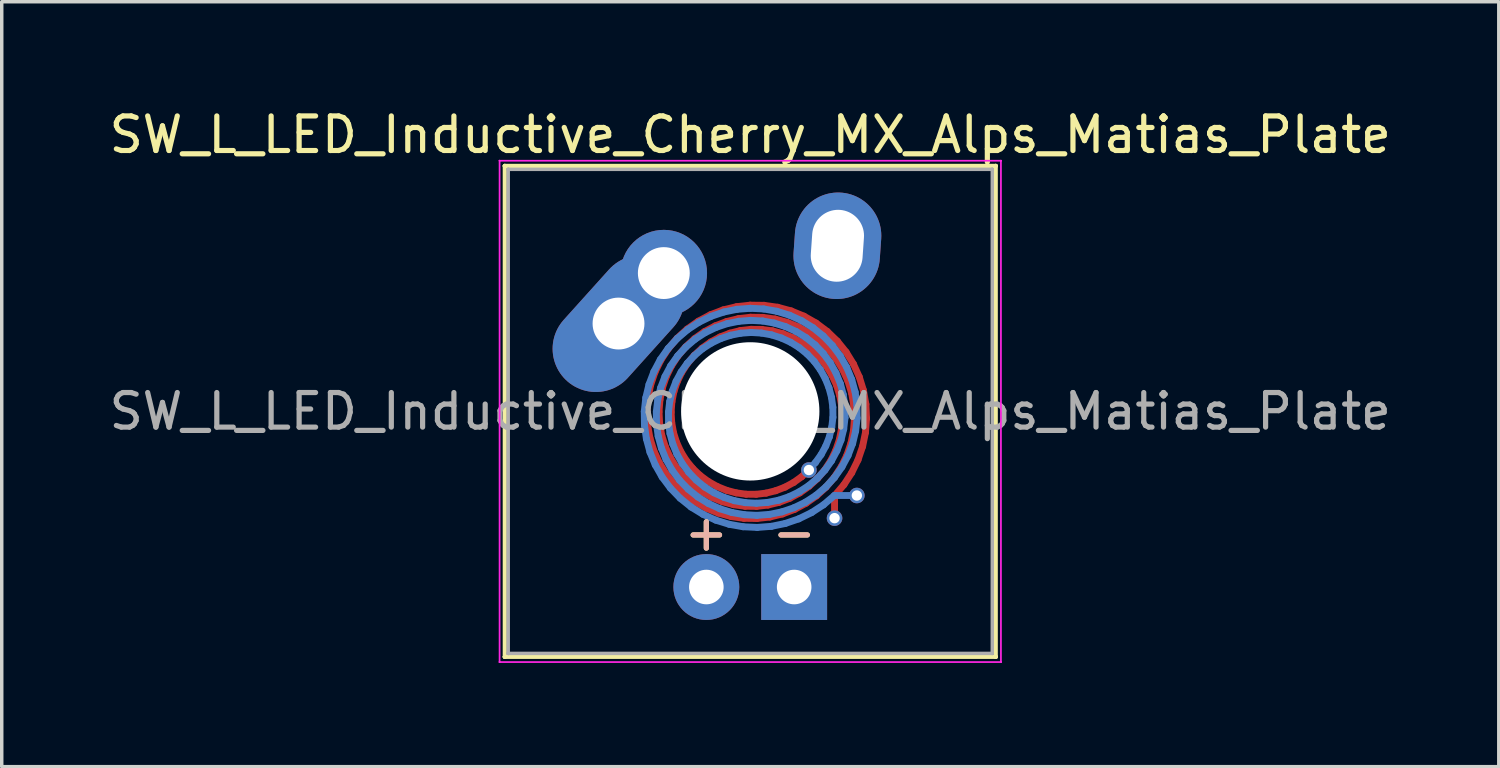
<source format=kicad_pcb>
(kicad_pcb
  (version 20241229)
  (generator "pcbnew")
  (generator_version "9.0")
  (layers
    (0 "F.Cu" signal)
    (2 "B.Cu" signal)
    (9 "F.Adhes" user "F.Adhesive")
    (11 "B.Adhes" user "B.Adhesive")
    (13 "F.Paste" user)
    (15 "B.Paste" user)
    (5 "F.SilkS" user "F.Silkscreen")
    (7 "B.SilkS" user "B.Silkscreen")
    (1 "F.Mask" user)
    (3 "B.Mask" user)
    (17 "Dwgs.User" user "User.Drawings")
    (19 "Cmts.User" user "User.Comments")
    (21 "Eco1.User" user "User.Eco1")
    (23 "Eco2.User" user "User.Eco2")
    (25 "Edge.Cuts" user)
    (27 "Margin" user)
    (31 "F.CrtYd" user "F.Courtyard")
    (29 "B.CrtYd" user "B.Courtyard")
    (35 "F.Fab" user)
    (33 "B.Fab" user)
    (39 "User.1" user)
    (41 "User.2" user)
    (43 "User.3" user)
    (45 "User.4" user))
  (footprint "SW_L_LED_Inductive_Cherry_MX_Alps_Matias_Plate"
    (layer "F.Cu")
    (at 18.649 8.848)
    (property "Reference" "SW_L_LED_Inductive_Cherry_MX_Alps_Matias_Plate" (at 0 -8 0) (layer "F.SilkS") (effects (font (size 1 1) (thickness 0.15))))
    (attr through_hole)
    (fp_line (start -2.988 0.003) (end -2.959 -0.384) (stroke (width 0.2) (type solid)) (layer "F.Cu"))
    (fp_line (start -2.969 0.39) (end -2.988 0.003) (stroke (width 0.2) (type solid)) (layer "F.Cu"))
    (fp_line (start -2.959 -0.384) (end -2.881 -0.766) (stroke (width 0.2) (type solid)) (layer "F.Cu"))
    (fp_line (start -2.902 0.771) (end -2.969 0.39) (stroke (width 0.2) (type solid)) (layer "F.Cu"))
    (fp_line (start -2.881 -0.766) (end -2.755 -1.136) (stroke (width 0.2) (type solid)) (layer "F.Cu"))
    (fp_line (start -2.788 1.14) (end -2.902 0.771) (stroke (width 0.2) (type solid)) (layer "F.Cu"))
    (fp_line (start -2.755 -1.136) (end -2.584 -1.487) (stroke (width 0.2) (type solid)) (layer "F.Cu"))
    (fp_line (start -2.639 0.014) (end -2.613 -0.33) (stroke (width 0.2) (type solid)) (layer "F.Cu"))
    (fp_line (start -2.628 1.49) (end -2.788 1.14) (stroke (width 0.2) (type solid)) (layer "F.Cu"))
    (fp_line (start -2.621 0.357) (end -2.639 0.014) (stroke (width 0.2) (type solid)) (layer "F.Cu"))
    (fp_line (start -2.613 -0.33) (end -2.545 -0.668) (stroke (width 0.2) (type solid)) (layer "F.Cu"))
    (fp_line (start -2.584 -1.487) (end -2.369 -1.815) (stroke (width 0.2) (type solid)) (layer "F.Cu"))
    (fp_line (start -2.56 0.695) (end -2.621 0.357) (stroke (width 0.2) (type solid)) (layer "F.Cu"))
    (fp_line (start -2.545 -0.668) (end -2.434 -0.997) (stroke (width 0.2) (type solid)) (layer "F.Cu"))
    (fp_line (start -2.458 1.021) (end -2.56 0.695) (stroke (width 0.2) (type solid)) (layer "F.Cu"))
    (fp_line (start -2.434 -0.997) (end -2.283 -1.309) (stroke (width 0.2) (type solid)) (layer "F.Cu"))
    (fp_line (start -2.427 1.817) (end -2.628 1.49) (stroke (width 0.2) (type solid)) (layer "F.Cu"))
    (fp_line (start -2.369 -1.815) (end -2.115 -2.115) (stroke (width 0.2) (type solid)) (layer "F.Cu"))
    (fp_line (start -2.316 1.331) (end -2.458 1.021) (stroke (width 0.2) (type solid)) (layer "F.Cu"))
    (fp_line (start -2.289 0.025) (end -2.267 -0.275) (stroke (width 0.2) (type solid)) (layer "F.Cu"))
    (fp_line (start -2.283 -1.309) (end -2.093 -1.601) (stroke (width 0.2) (type solid)) (layer "F.Cu"))
    (fp_line (start -2.272 0.324) (end -2.289 0.025) (stroke (width 0.2) (type solid)) (layer "F.Cu"))
    (fp_line (start -2.267 -0.275) (end -2.209 -0.571) (stroke (width 0.2) (type solid)) (layer "F.Cu"))
    (fp_line (start -2.219 0.618) (end -2.272 0.324) (stroke (width 0.2) (type solid)) (layer "F.Cu"))
    (fp_line (start -2.209 -0.571) (end -2.113 -0.858) (stroke (width 0.2) (type solid)) (layer "F.Cu"))
    (fp_line (start -2.186 2.116) (end -2.427 1.817) (stroke (width 0.2) (type solid)) (layer "F.Cu"))
    (fp_line (start -2.137 1.62) (end -2.316 1.331) (stroke (width 0.2) (type solid)) (layer "F.Cu"))
    (fp_line (start -2.129 0.902) (end -2.219 0.618) (stroke (width 0.2) (type solid)) (layer "F.Cu"))
    (fp_line (start -2.115 -2.115) (end -1.824 -2.38) (stroke (width 0.2) (type solid)) (layer "F.Cu"))
    (fp_line (start -2.113 -0.858) (end -1.981 -1.131) (stroke (width 0.2) (type solid)) (layer "F.Cu"))
    (fp_line (start -2.093 -1.601) (end -1.867 -1.867) (stroke (width 0.2) (type solid)) (layer "F.Cu"))
    (fp_line (start -2.005 1.172) (end -2.129 0.902) (stroke (width 0.2) (type solid)) (layer "F.Cu"))
    (fp_line (start -1.981 -1.131) (end -1.816 -1.386) (stroke (width 0.2) (type solid)) (layer "F.Cu"))
    (fp_line (start -1.924 1.884) (end -2.137 1.62) (stroke (width 0.2) (type solid)) (layer "F.Cu"))
    (fp_line (start -1.911 2.381) (end -2.186 2.116) (stroke (width 0.2) (type solid)) (layer "F.Cu"))
    (fp_line (start -1.867 -1.867) (end -1.609 -2.104) (stroke (width 0.2) (type solid)) (layer "F.Cu"))
    (fp_line (start -1.848 1.424) (end -2.005 1.172) (stroke (width 0.2) (type solid)) (layer "F.Cu"))
    (fp_line (start -1.824 -2.38) (end -1.501 -2.608) (stroke (width 0.2) (type solid)) (layer "F.Cu"))
    (fp_line (start -1.816 -1.386) (end -1.62 -1.62) (stroke (width 0.2) (type solid)) (layer "F.Cu"))
    (fp_line (start -1.68 2.119) (end -1.924 1.884) (stroke (width 0.2) (type solid)) (layer "F.Cu"))
    (fp_line (start -1.661 1.653) (end -1.848 1.424) (stroke (width 0.2) (type solid)) (layer "F.Cu"))
    (fp_line (start -1.62 -1.62) (end -1.395 -1.827) (stroke (width 0.2) (type solid)) (layer "F.Cu"))
    (fp_line (start -1.609 -2.104) (end -1.323 -2.307) (stroke (width 0.2) (type solid)) (layer "F.Cu"))
    (fp_line (start -1.605 2.609) (end -1.911 2.381) (stroke (width 0.2) (type solid)) (layer "F.Cu"))
    (fp_line (start -1.501 -2.608) (end -1.152 -2.794) (stroke (width 0.2) (type solid)) (layer "F.Cu"))
    (fp_line (start -1.448 1.856) (end -1.661 1.653) (stroke (width 0.2) (type solid)) (layer "F.Cu"))
    (fp_line (start -1.409 2.32) (end -1.68 2.119) (stroke (width 0.2) (type solid)) (layer "F.Cu"))
    (fp_line (start -1.395 -1.827) (end -1.145 -2.005) (stroke (width 0.2) (type solid)) (layer "F.Cu"))
    (fp_line (start -1.323 -2.307) (end -1.013 -2.472) (stroke (width 0.2) (type solid)) (layer "F.Cu"))
    (fp_line (start -1.274 2.797) (end -1.605 2.609) (stroke (width 0.2) (type solid)) (layer "F.Cu"))
    (fp_line (start -1.212 2.03) (end -1.448 1.856) (stroke (width 0.2) (type solid)) (layer "F.Cu"))
    (fp_line (start -1.152 -2.794) (end -0.782 -2.935) (stroke (width 0.2) (type solid)) (layer "F.Cu"))
    (fp_line (start -1.145 -2.005) (end -0.874 -2.151) (stroke (width 0.2) (type solid)) (layer "F.Cu"))
    (fp_line (start -1.115 2.485) (end -1.409 2.32) (stroke (width 0.2) (type solid)) (layer "F.Cu"))
    (fp_line (start -1.013 -2.472) (end -0.684 -2.598) (stroke (width 0.2) (type solid)) (layer "F.Cu"))
    (fp_line (start -0.956 2.173) (end -1.212 2.03) (stroke (width 0.2) (type solid)) (layer "F.Cu"))
    (fp_line (start -0.923 2.941) (end -1.274 2.797) (stroke (width 0.2) (type solid)) (layer "F.Cu"))
    (fp_line (start -0.874 -2.151) (end -0.586 -2.262) (stroke (width 0.2) (type solid)) (layer "F.Cu"))
    (fp_line (start -0.804 2.612) (end -1.115 2.485) (stroke (width 0.2) (type solid)) (layer "F.Cu"))
    (fp_line (start -0.782 -2.935) (end -0.395 -3.028) (stroke (width 0.2) (type solid)) (layer "F.Cu"))
    (fp_line (start -0.686 2.283) (end -0.956 2.173) (stroke (width 0.2) (type solid)) (layer "F.Cu"))
    (fp_line (start -0.684 -2.598) (end -0.341 -2.682) (stroke (width 0.2) (type solid)) (layer "F.Cu"))
    (fp_line (start -0.586 -2.262) (end -0.286 -2.337) (stroke (width 0.2) (type solid)) (layer "F.Cu"))
    (fp_line (start -0.557 3.04) (end -0.923 2.941) (stroke (width 0.2) (type solid)) (layer "F.Cu"))
    (fp_line (start -0.481 2.699) (end -0.804 2.612) (stroke (width 0.2) (type solid)) (layer "F.Cu"))
    (fp_line (start -0.405 2.357) (end -0.686 2.283) (stroke (width 0.2) (type solid)) (layer "F.Cu"))
    (fp_line (start -0.395 -3.028) (end 0.000302 -3.072) (stroke (width 0.2) (type solid)) (layer "F.Cu"))
    (fp_line (start -0.341 -2.682) (end 0.011 -2.723) (stroke (width 0.2) (type solid)) (layer "F.Cu"))
    (fp_line (start -0.286 -2.337) (end 0.022 -2.373) (stroke (width 0.2) (type solid)) (layer "F.Cu"))
    (fp_line (start -0.183 3.093) (end -0.557 3.04) (stroke (width 0.2) (type solid)) (layer "F.Cu"))
    (fp_line (start -0.15 2.744) (end -0.481 2.699) (stroke (width 0.2) (type solid)) (layer "F.Cu"))
    (fp_line (start -0.117 2.396) (end -0.405 2.357) (stroke (width 0.2) (type solid)) (layer "F.Cu"))
    (fp_line (start 0.000302 -3.072) (end 0.399 -3.067) (stroke (width 0.2) (type solid)) (layer "F.Cu"))
    (fp_line (start 0.011 -2.723) (end 0.366 -2.718) (stroke (width 0.2) (type solid)) (layer "F.Cu"))
    (fp_line (start 0.022 -2.373) (end 0.333 -2.37) (stroke (width 0.2) (type solid)) (layer "F.Cu"))
    (fp_line (start 0.172 2.398) (end -0.117 2.396) (stroke (width 0.2) (type solid)) (layer "F.Cu"))
    (fp_line (start 0.183 2.748) (end -0.15 2.744) (stroke (width 0.2) (type solid)) (layer "F.Cu"))
    (fp_line (start 0.194 3.098) (end -0.183 3.093) (stroke (width 0.2) (type solid)) (layer "F.Cu"))
    (fp_line (start 0.333 -2.37) (end 0.643 -2.328) (stroke (width 0.2) (type solid)) (layer "F.Cu"))
    (fp_line (start 0.366 -2.718) (end 0.719 -2.67) (stroke (width 0.2) (type solid)) (layer "F.Cu"))
    (fp_line (start 0.399 -3.067) (end 0.795 -3.011) (stroke (width 0.2) (type solid)) (layer "F.Cu"))
    (fp_line (start 0.459 2.364) (end 0.172 2.398) (stroke (width 0.2) (type solid)) (layer "F.Cu"))
    (fp_line (start 0.513 2.709) (end 0.183 2.748) (stroke (width 0.2) (type solid)) (layer "F.Cu"))
    (fp_line (start 0.568 3.055) (end 0.194 3.098) (stroke (width 0.2) (type solid)) (layer "F.Cu"))
    (fp_line (start 0.643 -2.328) (end 0.945 -2.247) (stroke (width 0.2) (type solid)) (layer "F.Cu"))
    (fp_line (start 0.719 -2.67) (end 1.064 -2.577) (stroke (width 0.2) (type solid)) (layer "F.Cu"))
    (fp_line (start 0.737 2.294) (end 0.459 2.364) (stroke (width 0.2) (type solid)) (layer "F.Cu"))
    (fp_line (start 0.795 -3.011) (end 1.182 -2.906) (stroke (width 0.2) (type solid)) (layer "F.Cu"))
    (fp_line (start 0.835 2.63) (end 0.513 2.709) (stroke (width 0.2) (type solid)) (layer "F.Cu"))
    (fp_line (start 0.933 2.966) (end 0.568 3.055) (stroke (width 0.2) (type solid)) (layer "F.Cu"))
    (fp_line (start 0.945 -2.247) (end 1.236 -2.129) (stroke (width 0.2) (type solid)) (layer "F.Cu"))
    (fp_line (start 1.005 2.191) (end 0.737 2.294) (stroke (width 0.2) (type solid)) (layer "F.Cu"))
    (fp_line (start 1.064 -2.577) (end 1.395 -2.441) (stroke (width 0.2) (type solid)) (layer "F.Cu"))
    (fp_line (start 1.144 2.512) (end 0.835 2.63) (stroke (width 0.2) (type solid)) (layer "F.Cu"))
    (fp_line (start 1.182 -2.906) (end 1.554 -2.753) (stroke (width 0.2) (type solid)) (layer "F.Cu"))
    (fp_line (start 1.236 -2.129) (end 1.51 -1.975) (stroke (width 0.2) (type solid)) (layer "F.Cu"))
    (fp_line (start 1.256 2.055) (end 1.005 2.191) (stroke (width 0.2) (type solid)) (layer "F.Cu"))
    (fp_line (start 1.283 2.833) (end 0.933 2.966) (stroke (width 0.2) (type solid)) (layer "F.Cu"))
    (fp_line (start 1.395 -2.441) (end 1.707 -2.265) (stroke (width 0.2) (type solid)) (layer "F.Cu"))
    (fp_line (start 1.434 2.356) (end 1.144 2.512) (stroke (width 0.2) (type solid)) (layer "F.Cu"))
    (fp_line (start 1.488 1.889) (end 1.256 2.055) (stroke (width 0.2) (type solid)) (layer "F.Cu"))
    (fp_line (start 1.51 -1.975) (end 1.764 -1.787) (stroke (width 0.2) (type solid)) (layer "F.Cu"))
    (fp_line (start 1.554 -2.753) (end 1.904 -2.554) (stroke (width 0.2) (type solid)) (layer "F.Cu"))
    (fp_line (start 1.612 2.657) (end 1.283 2.833) (stroke (width 0.2) (type solid)) (layer "F.Cu"))
    (fp_line (start 1.696 1.696) (end 1.488 1.889) (stroke (width 0.2) (type solid)) (layer "F.Cu"))
    (fp_line (start 1.702 2.165) (end 1.434 2.356) (stroke (width 0.2) (type solid)) (layer "F.Cu"))
    (fp_line (start 1.707 -2.265) (end 1.995 -2.05) (stroke (width 0.2) (type solid)) (layer "F.Cu"))
    (fp_line (start 1.764 -1.787) (end 1.993 -1.568) (stroke (width 0.2) (type solid)) (layer "F.Cu"))
    (fp_line (start 1.904 -2.554) (end 2.227 -2.312) (stroke (width 0.2) (type solid)) (layer "F.Cu"))
    (fp_line (start 1.917 2.442) (end 1.612 2.657) (stroke (width 0.2) (type solid)) (layer "F.Cu"))
    (fp_line (start 1.943 1.943) (end 1.702 2.165) (stroke (width 0.2) (type solid)) (layer "F.Cu"))
    (fp_line (start 1.993 -1.568) (end 2.193 -1.322) (stroke (width 0.2) (type solid)) (layer "F.Cu"))
    (fp_line (start 1.995 -2.05) (end 2.255 -1.8) (stroke (width 0.2) (type solid)) (layer "F.Cu"))
    (fp_line (start 2.154 1.694) (end 1.943 1.943) (stroke (width 0.2) (type solid)) (layer "F.Cu"))
    (fp_line (start 2.191 2.191) (end 1.917 2.442) (stroke (width 0.2) (type solid)) (layer "F.Cu"))
    (fp_line (start 2.193 -1.322) (end 2.36 -1.052) (stroke (width 0.2) (type solid)) (layer "F.Cu"))
    (fp_line (start 2.227 -2.312) (end 2.518 -2.031) (stroke (width 0.2) (type solid)) (layer "F.Cu"))
    (fp_line (start 2.255 -1.8) (end 2.482 -1.519) (stroke (width 0.2) (type solid)) (layer "F.Cu"))
    (fp_line (start 2.332 1.42) (end 2.154 1.694) (stroke (width 0.2) (type solid)) (layer "F.Cu"))
    (fp_line (start 2.36 -1.052) (end 2.494 -0.762) (stroke (width 0.2) (type solid)) (layer "F.Cu"))
    (fp_line (start 2.431 1.908) (end 2.191 2.191) (stroke (width 0.2) (type solid)) (layer "F.Cu"))
    (fp_line (start 2.438 2.438) (end 2.438 3.088) (stroke (width 0.2) (type solid)) (layer "F.Cu"))
    (fp_line (start 2.473 1.127) (end 2.332 1.42) (stroke (width 0.2) (type solid)) (layer "F.Cu"))
    (fp_line (start 2.482 -1.519) (end 2.672 -1.211) (stroke (width 0.2) (type solid)) (layer "F.Cu"))
    (fp_line (start 2.494 -0.762) (end 2.59 -0.456) (stroke (width 0.2) (type solid)) (layer "F.Cu"))
    (fp_line (start 2.518 -2.031) (end 2.771 -1.716) (stroke (width 0.2) (type solid)) (layer "F.Cu"))
    (fp_line (start 2.577 0.82) (end 2.473 1.127) (stroke (width 0.2) (type solid)) (layer "F.Cu"))
    (fp_line (start 2.59 -0.456) (end 2.647 -0.141) (stroke (width 0.2) (type solid)) (layer "F.Cu"))
    (fp_line (start 2.633 1.598) (end 2.431 1.908) (stroke (width 0.2) (type solid)) (layer "F.Cu"))
    (fp_line (start 2.64 0.502) (end 2.577 0.82) (stroke (width 0.2) (type solid)) (layer "F.Cu"))
    (fp_line (start 2.647 -0.141) (end 2.664 0.181) (stroke (width 0.2) (type solid)) (layer "F.Cu"))
    (fp_line (start 2.664 0.181) (end 2.64 0.502) (stroke (width 0.2) (type solid)) (layer "F.Cu"))
    (fp_line (start 2.672 -1.211) (end 2.823 -0.88) (stroke (width 0.2) (type solid)) (layer "F.Cu"))
    (fp_line (start 2.708 2.123) (end 2.438 2.438) (stroke (width 0.2) (type solid)) (layer "F.Cu"))
    (fp_line (start 2.771 -1.716) (end 2.984 -1.37) (stroke (width 0.2) (type solid)) (layer "F.Cu"))
    (fp_line (start 2.795 1.266) (end 2.633 1.598) (stroke (width 0.2) (type solid)) (layer "F.Cu"))
    (fp_line (start 2.823 -0.88) (end 2.931 -0.533) (stroke (width 0.2) (type solid)) (layer "F.Cu"))
    (fp_line (start 2.913 0.917) (end 2.795 1.266) (stroke (width 0.2) (type solid)) (layer "F.Cu"))
    (fp_line (start 2.931 -0.533) (end 2.995 -0.174) (stroke (width 0.2) (type solid)) (layer "F.Cu"))
    (fp_line (start 2.934 1.776) (end 2.708 2.123) (stroke (width 0.2) (type solid)) (layer "F.Cu"))
    (fp_line (start 2.984 -1.37) (end 3.152 -0.999) (stroke (width 0.2) (type solid)) (layer "F.Cu"))
    (fp_line (start 2.986 0.557) (end 2.913 0.917) (stroke (width 0.2) (type solid)) (layer "F.Cu"))
    (fp_line (start 2.995 -0.174) (end 3.014 0.192) (stroke (width 0.2) (type solid)) (layer "F.Cu"))
    (fp_line (start 3.014 0.192) (end 2.986 0.557) (stroke (width 0.2) (type solid)) (layer "F.Cu"))
    (fp_line (start 3.116 1.405) (end 2.934 1.776) (stroke (width 0.2) (type solid)) (layer "F.Cu"))
    (fp_line (start 3.152 -0.999) (end 3.273 -0.609) (stroke (width 0.2) (type solid)) (layer "F.Cu"))
    (fp_line (start 3.249 1.015) (end 3.116 1.405) (stroke (width 0.2) (type solid)) (layer "F.Cu"))
    (fp_line (start 3.273 -0.609) (end 3.344 -0.207) (stroke (width 0.2) (type solid)) (layer "F.Cu"))
    (fp_line (start 3.332 0.612) (end 3.249 1.015) (stroke (width 0.2) (type solid)) (layer "F.Cu"))
    (fp_line (start 3.344 -0.207) (end 3.363 0.203) (stroke (width 0.2) (type solid)) (layer "F.Cu"))
    (fp_line (start 3.363 0.203) (end 3.332 0.612) (stroke (width 0.2) (type solid)) (layer "F.Cu"))
    (fp_line (start -3.065 0.001) (end -3.021 -0.394) (stroke (width 0.2) (type solid)) (layer "B.Cu"))
    (fp_line (start -3.06 0.399) (end -3.065 0.001) (stroke (width 0.2) (type solid)) (layer "B.Cu"))
    (fp_line (start -3.021 -0.394) (end -2.928 -0.78) (stroke (width 0.2) (type solid)) (layer "B.Cu"))
    (fp_line (start -3.004 0.794) (end -3.06 0.399) (stroke (width 0.2) (type solid)) (layer "B.Cu"))
    (fp_line (start -2.928 -0.78) (end -2.787 -1.149) (stroke (width 0.2) (type solid)) (layer "B.Cu"))
    (fp_line (start -2.9 1.18) (end -3.004 0.794) (stroke (width 0.2) (type solid)) (layer "B.Cu"))
    (fp_line (start -2.787 -1.149) (end -2.602 -1.498) (stroke (width 0.2) (type solid)) (layer "B.Cu"))
    (fp_line (start -2.747 1.55) (end -2.9 1.18) (stroke (width 0.2) (type solid)) (layer "B.Cu"))
    (fp_line (start -2.716 0.012) (end -2.675 -0.34) (stroke (width 0.2) (type solid)) (layer "B.Cu"))
    (fp_line (start -2.711 0.366) (end -2.716 0.012) (stroke (width 0.2) (type solid)) (layer "B.Cu"))
    (fp_line (start -2.675 -0.34) (end -2.592 -0.682) (stroke (width 0.2) (type solid)) (layer "B.Cu"))
    (fp_line (start -2.663 0.718) (end -2.711 0.366) (stroke (width 0.2) (type solid)) (layer "B.Cu"))
    (fp_line (start -2.602 -1.498) (end -2.375 -1.82) (stroke (width 0.2) (type solid)) (layer "B.Cu"))
    (fp_line (start -2.592 -0.682) (end -2.466 -1.01) (stroke (width 0.2) (type solid)) (layer "B.Cu"))
    (fp_line (start -2.57 1.061) (end -2.663 0.718) (stroke (width 0.2) (type solid)) (layer "B.Cu"))
    (fp_line (start -2.548 1.9) (end -2.747 1.55) (stroke (width 0.2) (type solid)) (layer "B.Cu"))
    (fp_line (start -2.466 -1.01) (end -2.301 -1.32) (stroke (width 0.2) (type solid)) (layer "B.Cu"))
    (fp_line (start -2.435 1.392) (end -2.57 1.061) (stroke (width 0.2) (type solid)) (layer "B.Cu"))
    (fp_line (start -2.375 -1.82) (end -2.11 -2.11) (stroke (width 0.2) (type solid)) (layer "B.Cu"))
    (fp_line (start -2.366 0.023) (end -2.33 -0.285) (stroke (width 0.2) (type solid)) (layer "B.Cu"))
    (fp_line (start -2.363 0.333) (end -2.366 0.023) (stroke (width 0.2) (type solid)) (layer "B.Cu"))
    (fp_line (start -2.33 -0.285) (end -2.256 -0.584) (stroke (width 0.2) (type solid)) (layer "B.Cu"))
    (fp_line (start -2.321 0.641) (end -2.363 0.333) (stroke (width 0.2) (type solid)) (layer "B.Cu"))
    (fp_line (start -2.307 2.222) (end -2.548 1.9) (stroke (width 0.2) (type solid)) (layer "B.Cu"))
    (fp_line (start -2.301 -1.32) (end -2.098 -1.605) (stroke (width 0.2) (type solid)) (layer "B.Cu"))
    (fp_line (start -2.259 1.703) (end -2.435 1.392) (stroke (width 0.2) (type solid)) (layer "B.Cu"))
    (fp_line (start -2.256 -0.584) (end -2.145 -0.871) (stroke (width 0.2) (type solid)) (layer "B.Cu"))
    (fp_line (start -2.241 0.943) (end -2.321 0.641) (stroke (width 0.2) (type solid)) (layer "B.Cu"))
    (fp_line (start -2.145 -0.871) (end -1.999 -1.142) (stroke (width 0.2) (type solid)) (layer "B.Cu"))
    (fp_line (start -2.123 1.233) (end -2.241 0.943) (stroke (width 0.2) (type solid)) (layer "B.Cu"))
    (fp_line (start -2.11 -2.11) (end -1.811 -2.364) (stroke (width 0.2) (type solid)) (layer "B.Cu"))
    (fp_line (start -2.098 -1.605) (end -1.862 -1.862) (stroke (width 0.2) (type solid)) (layer "B.Cu"))
    (fp_line (start -2.045 1.991) (end -2.259 1.703) (stroke (width 0.2) (type solid)) (layer "B.Cu"))
    (fp_line (start -2.027 2.512) (end -2.307 2.222) (stroke (width 0.2) (type solid)) (layer "B.Cu"))
    (fp_line (start -1.999 -1.142) (end -1.822 -1.391) (stroke (width 0.2) (type solid)) (layer "B.Cu"))
    (fp_line (start -1.969 1.506) (end -2.123 1.233) (stroke (width 0.2) (type solid)) (layer "B.Cu"))
    (fp_line (start -1.862 -1.862) (end -1.597 -2.087) (stroke (width 0.2) (type solid)) (layer "B.Cu"))
    (fp_line (start -1.822 -1.391) (end -1.615 -1.615) (stroke (width 0.2) (type solid)) (layer "B.Cu"))
    (fp_line (start -1.811 -2.364) (end -1.484 -2.578) (stroke (width 0.2) (type solid)) (layer "B.Cu"))
    (fp_line (start -1.795 2.25) (end -2.045 1.991) (stroke (width 0.2) (type solid)) (layer "B.Cu"))
    (fp_line (start -1.782 1.759) (end -1.969 1.506) (stroke (width 0.2) (type solid)) (layer "B.Cu"))
    (fp_line (start -1.712 2.766) (end -2.027 2.512) (stroke (width 0.2) (type solid)) (layer "B.Cu"))
    (fp_line (start -1.615 -1.615) (end -1.382 -1.811) (stroke (width 0.2) (type solid)) (layer "B.Cu"))
    (fp_line (start -1.597 -2.087) (end -1.305 -2.277) (stroke (width 0.2) (type solid)) (layer "B.Cu"))
    (fp_line (start -1.564 1.987) (end -1.782 1.759) (stroke (width 0.2) (type solid)) (layer "B.Cu"))
    (fp_line (start -1.515 2.476) (end -1.795 2.25) (stroke (width 0.2) (type solid)) (layer "B.Cu"))
    (fp_line (start -1.484 -2.578) (end -1.133 -2.749) (stroke (width 0.2) (type solid)) (layer "B.Cu"))
    (fp_line (start -1.382 -1.811) (end -1.127 -1.975) (stroke (width 0.2) (type solid)) (layer "B.Cu"))
    (fp_line (start -1.366 2.978) (end -1.712 2.766) (stroke (width 0.2) (type solid)) (layer "B.Cu"))
    (fp_line (start -1.318 2.187) (end -1.564 1.987) (stroke (width 0.2) (type solid)) (layer "B.Cu"))
    (fp_line (start -1.305 -2.277) (end -0.994 -2.427) (stroke (width 0.2) (type solid)) (layer "B.Cu"))
    (fp_line (start -1.207 2.666) (end -1.515 2.476) (stroke (width 0.2) (type solid)) (layer "B.Cu"))
    (fp_line (start -1.133 -2.749) (end -0.764 -2.874) (stroke (width 0.2) (type solid)) (layer "B.Cu"))
    (fp_line (start -1.127 -1.975) (end -0.855 -2.106) (stroke (width 0.2) (type solid)) (layer "B.Cu"))
    (fp_line (start -1.049 2.354) (end -1.318 2.187) (stroke (width 0.2) (type solid)) (layer "B.Cu"))
    (fp_line (start -0.996 3.146) (end -1.366 2.978) (stroke (width 0.2) (type solid)) (layer "B.Cu"))
    (fp_line (start -0.994 -2.427) (end -0.666 -2.538) (stroke (width 0.2) (type solid)) (layer "B.Cu"))
    (fp_line (start -0.878 2.816) (end -1.207 2.666) (stroke (width 0.2) (type solid)) (layer "B.Cu"))
    (fp_line (start -0.855 -2.106) (end -0.569 -2.202) (stroke (width 0.2) (type solid)) (layer "B.Cu"))
    (fp_line (start -0.764 -2.874) (end -0.383 -2.952) (stroke (width 0.2) (type solid)) (layer "B.Cu"))
    (fp_line (start -0.759 2.487) (end -1.049 2.354) (stroke (width 0.2) (type solid)) (layer "B.Cu"))
    (fp_line (start -0.666 -2.538) (end -0.329 -2.606) (stroke (width 0.2) (type solid)) (layer "B.Cu"))
    (fp_line (start -0.608 3.266) (end -0.996 3.146) (stroke (width 0.2) (type solid)) (layer "B.Cu"))
    (fp_line (start -0.569 -2.202) (end -0.274 -2.261) (stroke (width 0.2) (type solid)) (layer "B.Cu"))
    (fp_line (start -0.531 2.924) (end -0.878 2.816) (stroke (width 0.2) (type solid)) (layer "B.Cu"))
    (fp_line (start -0.455 2.583) (end -0.759 2.487) (stroke (width 0.2) (type solid)) (layer "B.Cu"))
    (fp_line (start -0.383 -2.952) (end 0.003 -2.981) (stroke (width 0.2) (type solid)) (layer "B.Cu"))
    (fp_line (start -0.329 -2.606) (end 0.014 -2.632) (stroke (width 0.2) (type solid)) (layer "B.Cu"))
    (fp_line (start -0.274 -2.261) (end 0.025 -2.282) (stroke (width 0.2) (type solid)) (layer "B.Cu"))
    (fp_line (start -0.206 3.337) (end -0.608 3.266) (stroke (width 0.2) (type solid)) (layer "B.Cu"))
    (fp_line (start -0.173 2.988) (end -0.531 2.924) (stroke (width 0.2) (type solid)) (layer "B.Cu"))
    (fp_line (start -0.14 2.64) (end -0.455 2.583) (stroke (width 0.2) (type solid)) (layer "B.Cu"))
    (fp_line (start 0.003 -2.981) (end 0.389 -2.962) (stroke (width 0.2) (type solid)) (layer "B.Cu"))
    (fp_line (start 0.014 -2.632) (end 0.357 -2.614) (stroke (width 0.2) (type solid)) (layer "B.Cu"))
    (fp_line (start 0.025 -2.282) (end 0.324 -2.265) (stroke (width 0.2) (type solid)) (layer "B.Cu"))
    (fp_line (start 0.18 2.657) (end -0.14 2.64) (stroke (width 0.2) (type solid)) (layer "B.Cu"))
    (fp_line (start 0.191 3.007) (end -0.173 2.988) (stroke (width 0.2) (type solid)) (layer "B.Cu"))
    (fp_line (start 0.202 3.356) (end -0.206 3.337) (stroke (width 0.2) (type solid)) (layer "B.Cu"))
    (fp_line (start 0.324 -2.265) (end 0.617 -2.212) (stroke (width 0.2) (type solid)) (layer "B.Cu"))
    (fp_line (start 0.357 -2.614) (end 0.693 -2.554) (stroke (width 0.2) (type solid)) (layer "B.Cu"))
    (fp_line (start 0.389 -2.962) (end 0.769 -2.895) (stroke (width 0.2) (type solid)) (layer "B.Cu"))
    (fp_line (start 0.501 2.633) (end 0.18 2.657) (stroke (width 0.2) (type solid)) (layer "B.Cu"))
    (fp_line (start 0.556 2.979) (end 0.191 3.007) (stroke (width 0.2) (type solid)) (layer "B.Cu"))
    (fp_line (start 0.611 3.325) (end 0.202 3.356) (stroke (width 0.2) (type solid)) (layer "B.Cu"))
    (fp_line (start 0.617 -2.212) (end 0.9 -2.122) (stroke (width 0.2) (type solid)) (layer "B.Cu"))
    (fp_line (start 0.693 -2.554) (end 1.019 -2.452) (stroke (width 0.2) (type solid)) (layer "B.Cu"))
    (fp_line (start 0.769 -2.895) (end 1.137 -2.781) (stroke (width 0.2) (type solid)) (layer "B.Cu"))
    (fp_line (start 0.818 2.57) (end 0.501 2.633) (stroke (width 0.2) (type solid)) (layer "B.Cu"))
    (fp_line (start 0.9 -2.122) (end 1.169 -1.998) (stroke (width 0.2) (type solid)) (layer "B.Cu"))
    (fp_line (start 0.915 2.906) (end 0.556 2.979) (stroke (width 0.2) (type solid)) (layer "B.Cu"))
    (fp_line (start 1.013 3.242) (end 0.611 3.325) (stroke (width 0.2) (type solid)) (layer "B.Cu"))
    (fp_line (start 1.019 -2.452) (end 1.328 -2.31) (stroke (width 0.2) (type solid)) (layer "B.Cu"))
    (fp_line (start 1.124 2.467) (end 0.818 2.57) (stroke (width 0.2) (type solid)) (layer "B.Cu"))
    (fp_line (start 1.137 -2.781) (end 1.487 -2.622) (stroke (width 0.2) (type solid)) (layer "B.Cu"))
    (fp_line (start 1.169 -1.998) (end 1.42 -1.842) (stroke (width 0.2) (type solid)) (layer "B.Cu"))
    (fp_line (start 1.263 2.788) (end 0.915 2.906) (stroke (width 0.2) (type solid)) (layer "B.Cu"))
    (fp_line (start 1.328 -2.31) (end 1.617 -2.131) (stroke (width 0.2) (type solid)) (layer "B.Cu"))
    (fp_line (start 1.402 3.109) (end 1.013 3.242) (stroke (width 0.2) (type solid)) (layer "B.Cu"))
    (fp_line (start 1.416 2.326) (end 1.124 2.467) (stroke (width 0.2) (type solid)) (layer "B.Cu"))
    (fp_line (start 1.42 -1.842) (end 1.648 -1.656) (stroke (width 0.2) (type solid)) (layer "B.Cu"))
    (fp_line (start 1.487 -2.622) (end 1.813 -2.421) (stroke (width 0.2) (type solid)) (layer "B.Cu"))
    (fp_line (start 1.595 2.627) (end 1.263 2.788) (stroke (width 0.2) (type solid)) (layer "B.Cu"))
    (fp_line (start 1.617 -2.131) (end 1.88 -1.919) (stroke (width 0.2) (type solid)) (layer "B.Cu"))
    (fp_line (start 1.648 -1.656) (end 1.851 -1.444) (stroke (width 0.2) (type solid)) (layer "B.Cu"))
    (fp_line (start 1.689 2.149) (end 1.416 2.326) (stroke (width 0.2) (type solid)) (layer "B.Cu"))
    (fp_line (start 1.773 2.928) (end 1.402 3.109) (stroke (width 0.2) (type solid)) (layer "B.Cu"))
    (fp_line (start 1.813 -2.421) (end 2.111 -2.181) (stroke (width 0.2) (type solid)) (layer "B.Cu"))
    (fp_line (start 1.851 -1.444) (end 2.025 -1.208) (stroke (width 0.2) (type solid)) (layer "B.Cu"))
    (fp_line (start 1.88 -1.919) (end 2.113 -1.675) (stroke (width 0.2) (type solid)) (layer "B.Cu"))
    (fp_line (start 1.883 1.483) (end 1.691 1.691) (stroke (width 0.2) (type solid)) (layer "B.Cu"))
    (fp_line (start 1.904 2.425) (end 1.595 2.627) (stroke (width 0.2) (type solid)) (layer "B.Cu"))
    (fp_line (start 1.938 1.938) (end 1.689 2.149) (stroke (width 0.2) (type solid)) (layer "B.Cu"))
    (fp_line (start 2.025 -1.208) (end 2.167 -0.953) (stroke (width 0.2) (type solid)) (layer "B.Cu"))
    (fp_line (start 2.049 1.252) (end 1.883 1.483) (stroke (width 0.2) (type solid)) (layer "B.Cu"))
    (fp_line (start 2.111 -2.181) (end 2.376 -1.906) (stroke (width 0.2) (type solid)) (layer "B.Cu"))
    (fp_line (start 2.113 -1.675) (end 2.314 -1.405) (stroke (width 0.2) (type solid)) (layer "B.Cu"))
    (fp_line (start 2.118 2.702) (end 1.773 2.928) (stroke (width 0.2) (type solid)) (layer "B.Cu"))
    (fp_line (start 2.16 1.698) (end 1.938 1.938) (stroke (width 0.2) (type solid)) (layer "B.Cu"))
    (fp_line (start 2.167 -0.953) (end 2.276 -0.684) (stroke (width 0.2) (type solid)) (layer "B.Cu"))
    (fp_line (start 2.184 1.002) (end 2.049 1.252) (stroke (width 0.2) (type solid)) (layer "B.Cu"))
    (fp_line (start 2.186 2.186) (end 1.904 2.425) (stroke (width 0.2) (type solid)) (layer "B.Cu"))
    (fp_line (start 2.276 -0.684) (end 2.35 -0.403) (stroke (width 0.2) (type solid)) (layer "B.Cu"))
    (fp_line (start 2.288 0.736) (end 2.184 1.002) (stroke (width 0.2) (type solid)) (layer "B.Cu"))
    (fp_line (start 2.314 -1.405) (end 2.479 -1.112) (stroke (width 0.2) (type solid)) (layer "B.Cu"))
    (fp_line (start 2.35 1.431) (end 2.16 1.698) (stroke (width 0.2) (type solid)) (layer "B.Cu"))
    (fp_line (start 2.35 -0.403) (end 2.389 -0.116) (stroke (width 0.2) (type solid)) (layer "B.Cu"))
    (fp_line (start 2.357 0.457) (end 2.288 0.736) (stroke (width 0.2) (type solid)) (layer "B.Cu"))
    (fp_line (start 2.376 -1.906) (end 2.604 -1.601) (stroke (width 0.2) (type solid)) (layer "B.Cu"))
    (fp_line (start 2.389 -0.116) (end 2.391 0.172) (stroke (width 0.2) (type solid)) (layer "B.Cu"))
    (fp_line (start 2.391 0.172) (end 2.357 0.457) (stroke (width 0.2) (type solid)) (layer "B.Cu"))
    (fp_line (start 2.433 2.433) (end 2.118 2.702) (stroke (width 0.2) (type solid)) (layer "B.Cu"))
    (fp_line (start 2.436 1.912) (end 2.186 2.186) (stroke (width 0.2) (type solid)) (layer "B.Cu"))
    (fp_line (start 2.479 -1.112) (end 2.606 -0.802) (stroke (width 0.2) (type solid)) (layer "B.Cu"))
    (fp_line (start 2.505 1.141) (end 2.35 1.431) (stroke (width 0.2) (type solid)) (layer "B.Cu"))
    (fp_line (start 2.604 -1.601) (end 2.791 -1.271) (stroke (width 0.2) (type solid)) (layer "B.Cu"))
    (fp_line (start 2.606 -0.802) (end 2.692 -0.479) (stroke (width 0.2) (type solid)) (layer "B.Cu"))
    (fp_line (start 2.624 0.833) (end 2.505 1.141) (stroke (width 0.2) (type solid)) (layer "B.Cu"))
    (fp_line (start 2.651 1.609) (end 2.436 1.912) (stroke (width 0.2) (type solid)) (layer "B.Cu"))
    (fp_line (start 2.692 -0.479) (end 2.737 -0.149) (stroke (width 0.2) (type solid)) (layer "B.Cu"))
    (fp_line (start 2.703 0.512) (end 2.624 0.833) (stroke (width 0.2) (type solid)) (layer "B.Cu"))
    (fp_line (start 2.737 -0.149) (end 2.741 0.183) (stroke (width 0.2) (type solid)) (layer "B.Cu"))
    (fp_line (start 2.741 0.183) (end 2.703 0.512) (stroke (width 0.2) (type solid)) (layer "B.Cu"))
    (fp_line (start 2.791 -1.271) (end 2.935 -0.921) (stroke (width 0.2) (type solid)) (layer "B.Cu"))
    (fp_line (start 2.827 1.28) (end 2.651 1.609) (stroke (width 0.2) (type solid)) (layer "B.Cu"))
    (fp_line (start 2.935 -0.921) (end 3.034 -0.556) (stroke (width 0.2) (type solid)) (layer "B.Cu"))
    (fp_line (start 2.96 0.931) (end 2.827 1.28) (stroke (width 0.2) (type solid)) (layer "B.Cu"))
    (fp_line (start 3.034 -0.556) (end 3.086 -0.182) (stroke (width 0.2) (type solid)) (layer "B.Cu"))
    (fp_line (start 3.048 0.567) (end 2.96 0.931) (stroke (width 0.2) (type solid)) (layer "B.Cu"))
    (fp_line (start 3.083 2.433) (end 2.433 2.433) (stroke (width 0.2) (type solid)) (layer "B.Cu"))
    (fp_line (start 3.086 -0.182) (end 3.091 0.194) (stroke (width 0.2) (type solid)) (layer "B.Cu"))
    (fp_line (start 3.091 0.194) (end 3.048 0.567) (stroke (width 0.2) (type solid)) (layer "B.Cu"))
    (fp_line (start -7.1 -7.1) (end -7.1 -7.1) (stroke (width 0.12) (type solid)) (layer "F.SilkS"))
    (fp_line (start -7.1 -7.1) (end -7.1 -7.1) (stroke (width 0.12) (type solid)) (layer "F.SilkS"))
    (fp_line (start -7.1 -7.1) (end 7.1 -7.1) (stroke (width 0.12) (type solid)) (layer "F.SilkS"))
    (fp_line (start -7.1 7.1) (end -7.1 -7.1) (stroke (width 0.12) (type solid)) (layer "F.SilkS"))
    (fp_line (start -7.1 7.1) (end -7.1 7.1) (stroke (width 0.12) (type solid)) (layer "F.SilkS"))
    (fp_line (start -7.1 7.1) (end -7.1 7.1) (stroke (width 0.12) (type solid)) (layer "F.SilkS"))
    (fp_line (start 7.1 -7.1) (end 7.1 -7.1) (stroke (width 0.12) (type solid)) (layer "F.SilkS"))
    (fp_line (start 7.1 -7.1) (end 7.1 -7.1) (stroke (width 0.12) (type solid)) (layer "F.SilkS"))
    (fp_line (start 7.1 -7.1) (end 7.1 7.1) (stroke (width 0.12) (type solid)) (layer "F.SilkS"))
    (fp_line (start 7.1 7.1) (end -7.1 7.1) (stroke (width 0.12) (type solid)) (layer "F.SilkS"))
    (fp_line (start 7.1 7.1) (end 7.1 7.1) (stroke (width 0.12) (type solid)) (layer "F.SilkS"))
    (fp_line (start 7.1 7.1) (end 7.1 7.1) (stroke (width 0.12) (type solid)) (layer "F.SilkS"))
    (fp_line (start -7.25 -7.25) (end -7.25 -7.25) (stroke (width 0.05) (type solid)) (layer "F.CrtYd"))
    (fp_line (start -7.25 -7.25) (end -7.25 -7.25) (stroke (width 0.05) (type solid)) (layer "F.CrtYd"))
    (fp_line (start -7.25 -7.25) (end 7.25 -7.25) (stroke (width 0.05) (type solid)) (layer "F.CrtYd"))
    (fp_line (start -7.25 7.25) (end -7.25 -7.25) (stroke (width 0.05) (type solid)) (layer "F.CrtYd"))
    (fp_line (start -7.25 7.25) (end -7.25 7.25) (stroke (width 0.05) (type solid)) (layer "F.CrtYd"))
    (fp_line (start -7.25 7.25) (end -7.25 7.25) (stroke (width 0.05) (type solid)) (layer "F.CrtYd"))
    (fp_line (start 7.25 -7.25) (end 7.25 -7.25) (stroke (width 0.05) (type solid)) (layer "F.CrtYd"))
    (fp_line (start 7.25 -7.25) (end 7.25 -7.25) (stroke (width 0.05) (type solid)) (layer "F.CrtYd"))
    (fp_line (start 7.25 -7.25) (end 7.25 7.25) (stroke (width 0.05) (type solid)) (layer "F.CrtYd"))
    (fp_line (start 7.25 7.25) (end -7.25 7.25) (stroke (width 0.05) (type solid)) (layer "F.CrtYd"))
    (fp_line (start 7.25 7.25) (end 7.25 7.25) (stroke (width 0.05) (type solid)) (layer "F.CrtYd"))
    (fp_line (start 7.25 7.25) (end 7.25 7.25) (stroke (width 0.05) (type solid)) (layer "F.CrtYd"))
    (fp_line (start -7 -7) (end -7 -7) (stroke (width 0.1) (type solid)) (layer "F.Fab"))
    (fp_line (start -7 -7) (end -7 -7) (stroke (width 0.1) (type solid)) (layer "F.Fab"))
    (fp_line (start -7 -7) (end 7 -7) (stroke (width 0.1) (type solid)) (layer "F.Fab"))
    (fp_line (start -7 7) (end -7 -7) (stroke (width 0.1) (type solid)) (layer "F.Fab"))
    (fp_line (start -7 7) (end -7 7) (stroke (width 0.1) (type solid)) (layer "F.Fab"))
    (fp_line (start -7 7) (end -7 7) (stroke (width 0.1) (type solid)) (layer "F.Fab"))
    (fp_line (start 7 -7) (end 7 -7) (stroke (width 0.1) (type solid)) (layer "F.Fab"))
    (fp_line (start 7 -7) (end 7 -7) (stroke (width 0.1) (type solid)) (layer "F.Fab"))
    (fp_line (start 7 -7) (end 7 7) (stroke (width 0.1) (type solid)) (layer "F.Fab"))
    (fp_line (start 7 7) (end -7 7) (stroke (width 0.1) (type solid)) (layer "F.Fab"))
    (fp_line (start 7 7) (end 7 7) (stroke (width 0.1) (type solid)) (layer "F.Fab"))
    (fp_line (start 7 7) (end 7 7) (stroke (width 0.1) (type solid)) (layer "F.Fab"))
    (fp_text user "-" (at 1.27 3.5 0) (layer "F.SilkS") (effects (font (size 1 1) (thickness 0.15))))
    (fp_text user "+" (at -1.27 3.5 0) (layer "F.SilkS") (effects (font (size 1 1) (thickness 0.15))))
    (fp_text user "-" (at 1.27 3.5 0) (layer "B.SilkS") (effects (font (size 1 1) (thickness 0.15))))
    (fp_text user "+" (at -1.27 3.5 0) (layer "B.SilkS") (effects (font (size 1 1) (thickness 0.15))))
    (fp_text user "${REFERENCE}" (at 0 0 0) (layer "F.Fab") (effects (font (size 1 1) (thickness 0.15))))
    (pad "" np_thru_hole circle (at 0 0) (size 4 4) (drill 4) (layers "*.Cu" "*.Mask"))
    (pad "" thru_hole circle (at 1.696 1.696) (size 0.45 0.45) (drill 0.3) (layers "*.Cu"))
    (pad "1" thru_hole oval (at -3.81 -2.54 48) (size 4.462 2.5) (drill 1.5) (layers "*.Cu" "B.Mask"))
    (pad "1" thru_hole circle (at -2.5 -4) (size 2.5 2.5) (drill 1.5) (layers "*.Cu" "B.Mask"))
    (pad "2" thru_hole oval (at 2.52 -4.79 86) (size 3.081 2.5) (drill oval 2.081 1.5) (layers "*.Cu" "B.Mask"))
    (pad "3" thru_hole circle (at 2.438 3.088) (size 0.45 0.45) (drill 0.3) (layers "*.Cu"))
    (pad "4" thru_hole circle (at 3.083 2.433) (size 0.45 0.45) (drill 0.3) (layers "*.Cu"))
    (pad "5" thru_hole rect (at 1.27 5.08) (size 1.905 1.905) (drill 1) (layers "*.Cu" "B.Mask"))
    (pad "6" thru_hole circle (at -1.27 5.08) (size 1.905 1.905) (drill 1) (layers "*.Cu" "B.Mask")))
  (gr_rect
    (start -3 -3)
    (end 40.298 19.123)
    (stroke (width 0.1) (type default))
    (fill no)
    (layer "Edge.Cuts")))
</source>
